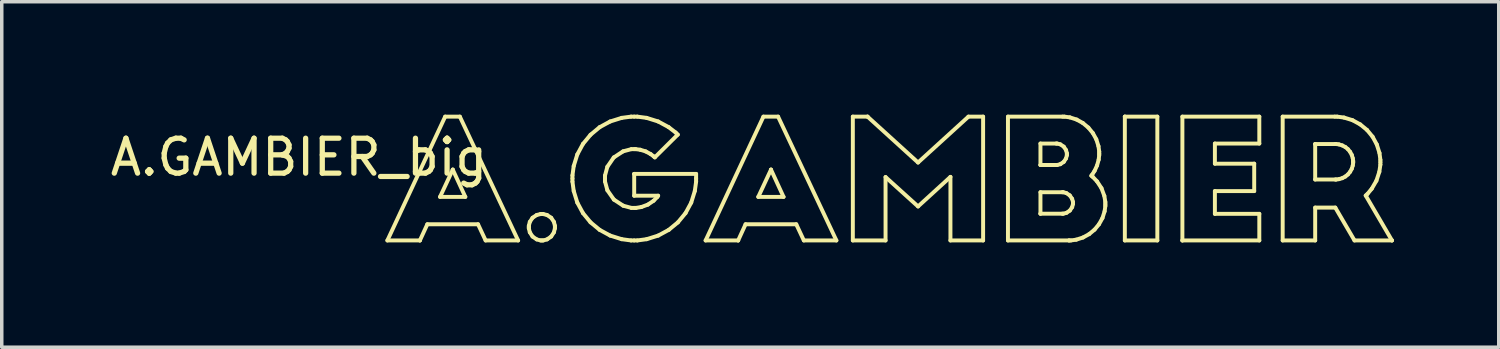
<source format=kicad_pcb>
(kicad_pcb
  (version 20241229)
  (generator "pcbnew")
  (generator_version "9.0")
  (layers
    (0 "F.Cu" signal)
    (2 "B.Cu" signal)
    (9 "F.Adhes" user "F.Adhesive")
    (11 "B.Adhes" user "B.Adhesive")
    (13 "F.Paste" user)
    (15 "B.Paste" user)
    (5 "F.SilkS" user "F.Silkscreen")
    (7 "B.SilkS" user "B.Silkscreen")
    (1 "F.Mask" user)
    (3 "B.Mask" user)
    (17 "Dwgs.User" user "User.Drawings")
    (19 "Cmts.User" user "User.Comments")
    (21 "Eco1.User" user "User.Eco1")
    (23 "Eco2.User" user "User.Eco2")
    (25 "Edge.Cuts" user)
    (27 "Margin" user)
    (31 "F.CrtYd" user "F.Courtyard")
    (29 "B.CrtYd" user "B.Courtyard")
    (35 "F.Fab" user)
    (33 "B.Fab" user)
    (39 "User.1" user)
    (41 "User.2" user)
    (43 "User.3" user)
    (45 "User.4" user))
  (footprint "A.GAMBIER_big"
    (layer "F.Cu")
    (at 8.006 0.25)
    (property "Reference" "A.GAMBIER_big" (at -2.5 1.2 0) (layer "F.SilkS") (effects (font (size 1 1) (thickness 0.15))))
    (attr through_hole)
    (fp_line (start 0.03 3.581) (end 0.96 3.581) (stroke (width 0.113) (type solid)) (layer "F.SilkS"))
    (fp_line (start 0.96 3.581) (end 0.96 3.581) (stroke (width 0.113) (type solid)) (layer "F.SilkS"))
    (fp_line (start 0.96 3.581) (end 1.173 3.118) (stroke (width 0.113) (type solid)) (layer "F.SilkS"))
    (fp_line (start 1.173 3.118) (end 2.624 3.118) (stroke (width 0.113) (type solid)) (layer "F.SilkS"))
    (fp_line (start 1.537 2.334) (end 1.901 1.554) (stroke (width 0.113) (type solid)) (layer "F.SilkS"))
    (fp_line (start 1.683 0.038) (end 0.03 3.581) (stroke (width 0.113) (type solid)) (layer "F.SilkS"))
    (fp_line (start 1.901 1.554) (end 1.901 1.554) (stroke (width 0.113) (type solid)) (layer "F.SilkS"))
    (fp_line (start 1.901 1.554) (end 2.26 2.334) (stroke (width 0.113) (type solid)) (layer "F.SilkS"))
    (fp_line (start 2.104 0.038) (end 1.683 0.038) (stroke (width 0.113) (type solid)) (layer "F.SilkS"))
    (fp_line (start 2.26 2.334) (end 1.537 2.334) (stroke (width 0.113) (type solid)) (layer "F.SilkS"))
    (fp_line (start 2.624 3.118) (end 2.841 3.581) (stroke (width 0.113) (type solid)) (layer "F.SilkS"))
    (fp_line (start 2.841 3.581) (end 3.771 3.581) (stroke (width 0.113) (type solid)) (layer "F.SilkS"))
    (fp_line (start 3.771 3.581) (end 2.104 0.038) (stroke (width 0.113) (type solid)) (layer "F.SilkS"))
    (fp_line (start 4.078 3.161) (end 4.078 3.198) (stroke (width 0.113) (type solid)) (layer "F.SilkS"))
    (fp_line (start 4.078 3.198) (end 4.078 3.198) (stroke (width 0.113) (type solid)) (layer "F.SilkS"))
    (fp_line (start 4.078 3.198) (end 4.078 3.235) (stroke (width 0.113) (type solid)) (layer "F.SilkS"))
    (fp_line (start 4.078 3.235) (end 4.106 3.348) (stroke (width 0.113) (type solid)) (layer "F.SilkS"))
    (fp_line (start 4.106 3.05) (end 4.078 3.161) (stroke (width 0.113) (type solid)) (layer "F.SilkS"))
    (fp_line (start 4.106 3.348) (end 4.184 3.469) (stroke (width 0.113) (type solid)) (layer "F.SilkS"))
    (fp_line (start 4.184 2.932) (end 4.106 3.05) (stroke (width 0.113) (type solid)) (layer "F.SilkS"))
    (fp_line (start 4.184 3.469) (end 4.303 3.551) (stroke (width 0.113) (type solid)) (layer "F.SilkS"))
    (fp_line (start 4.303 2.853) (end 4.184 2.932) (stroke (width 0.113) (type solid)) (layer "F.SilkS"))
    (fp_line (start 4.303 3.551) (end 4.414 3.581) (stroke (width 0.113) (type solid)) (layer "F.SilkS"))
    (fp_line (start 4.414 2.825) (end 4.303 2.853) (stroke (width 0.113) (type solid)) (layer "F.SilkS"))
    (fp_line (start 4.414 3.581) (end 4.451 3.581) (stroke (width 0.113) (type solid)) (layer "F.SilkS"))
    (fp_line (start 4.451 2.825) (end 4.414 2.825) (stroke (width 0.113) (type solid)) (layer "F.SilkS"))
    (fp_line (start 4.451 3.581) (end 4.488 3.581) (stroke (width 0.113) (type solid)) (layer "F.SilkS"))
    (fp_line (start 4.488 2.825) (end 4.451 2.825) (stroke (width 0.113) (type solid)) (layer "F.SilkS"))
    (fp_line (start 4.488 3.581) (end 4.599 3.551) (stroke (width 0.113) (type solid)) (layer "F.SilkS"))
    (fp_line (start 4.599 2.853) (end 4.488 2.825) (stroke (width 0.113) (type solid)) (layer "F.SilkS"))
    (fp_line (start 4.599 3.551) (end 4.717 3.469) (stroke (width 0.113) (type solid)) (layer "F.SilkS"))
    (fp_line (start 4.717 2.932) (end 4.599 2.853) (stroke (width 0.113) (type solid)) (layer "F.SilkS"))
    (fp_line (start 4.717 3.469) (end 4.796 3.348) (stroke (width 0.113) (type solid)) (layer "F.SilkS"))
    (fp_line (start 4.796 3.05) (end 4.717 2.932) (stroke (width 0.113) (type solid)) (layer "F.SilkS"))
    (fp_line (start 4.796 3.348) (end 4.824 3.235) (stroke (width 0.113) (type solid)) (layer "F.SilkS"))
    (fp_line (start 4.824 3.161) (end 4.796 3.05) (stroke (width 0.113) (type solid)) (layer "F.SilkS"))
    (fp_line (start 4.824 3.198) (end 4.824 3.161) (stroke (width 0.113) (type solid)) (layer "F.SilkS"))
    (fp_line (start 4.824 3.235) (end 4.824 3.198) (stroke (width 0.113) (type solid)) (layer "F.SilkS"))
    (fp_line (start 5.326 1.72) (end 5.326 1.809) (stroke (width 0.113) (type solid)) (layer "F.SilkS"))
    (fp_line (start 5.326 1.809) (end 5.326 1.898) (stroke (width 0.113) (type solid)) (layer "F.SilkS"))
    (fp_line (start 5.326 1.898) (end 5.362 2.166) (stroke (width 0.113) (type solid)) (layer "F.SilkS"))
    (fp_line (start 5.362 1.452) (end 5.326 1.72) (stroke (width 0.113) (type solid)) (layer "F.SilkS"))
    (fp_line (start 5.362 2.166) (end 5.465 2.498) (stroke (width 0.113) (type solid)) (layer "F.SilkS"))
    (fp_line (start 5.465 1.12) (end 5.362 1.452) (stroke (width 0.113) (type solid)) (layer "F.SilkS"))
    (fp_line (start 5.465 2.498) (end 5.627 2.799) (stroke (width 0.113) (type solid)) (layer "F.SilkS"))
    (fp_line (start 5.627 0.819) (end 5.465 1.12) (stroke (width 0.113) (type solid)) (layer "F.SilkS"))
    (fp_line (start 5.627 2.799) (end 5.843 3.062) (stroke (width 0.113) (type solid)) (layer "F.SilkS"))
    (fp_line (start 5.843 0.557) (end 5.627 0.819) (stroke (width 0.113) (type solid)) (layer "F.SilkS"))
    (fp_line (start 5.843 3.062) (end 6.104 3.278) (stroke (width 0.113) (type solid)) (layer "F.SilkS"))
    (fp_line (start 6.104 0.34) (end 5.843 0.557) (stroke (width 0.113) (type solid)) (layer "F.SilkS"))
    (fp_line (start 6.104 3.278) (end 6.404 3.441) (stroke (width 0.113) (type solid)) (layer "F.SilkS"))
    (fp_line (start 6.257 1.725) (end 6.325 1.472) (stroke (width 0.113) (type solid)) (layer "F.SilkS"))
    (fp_line (start 6.257 1.809) (end 6.257 1.725) (stroke (width 0.113) (type solid)) (layer "F.SilkS"))
    (fp_line (start 6.257 1.893) (end 6.257 1.809) (stroke (width 0.113) (type solid)) (layer "F.SilkS"))
    (fp_line (start 6.325 1.472) (end 6.508 1.206) (stroke (width 0.113) (type solid)) (layer "F.SilkS"))
    (fp_line (start 6.326 2.146) (end 6.257 1.893) (stroke (width 0.113) (type solid)) (layer "F.SilkS"))
    (fp_line (start 6.404 0.177) (end 6.104 0.34) (stroke (width 0.113) (type solid)) (layer "F.SilkS"))
    (fp_line (start 6.404 3.441) (end 6.736 3.545) (stroke (width 0.113) (type solid)) (layer "F.SilkS"))
    (fp_line (start 6.508 1.206) (end 6.775 1.031) (stroke (width 0.113) (type solid)) (layer "F.SilkS"))
    (fp_line (start 6.512 2.412) (end 6.326 2.146) (stroke (width 0.113) (type solid)) (layer "F.SilkS"))
    (fp_line (start 6.736 0.073) (end 6.404 0.177) (stroke (width 0.113) (type solid)) (layer "F.SilkS"))
    (fp_line (start 6.736 3.545) (end 7.004 3.581) (stroke (width 0.113) (type solid)) (layer "F.SilkS"))
    (fp_line (start 6.775 1.031) (end 7.013 0.968) (stroke (width 0.113) (type solid)) (layer "F.SilkS"))
    (fp_line (start 6.779 2.587) (end 6.512 2.412) (stroke (width 0.113) (type solid)) (layer "F.SilkS"))
    (fp_line (start 7.004 0.038) (end 6.736 0.073) (stroke (width 0.113) (type solid)) (layer "F.SilkS"))
    (fp_line (start 7.004 3.581) (end 7.093 3.581) (stroke (width 0.113) (type solid)) (layer "F.SilkS"))
    (fp_line (start 7.013 0.968) (end 7.093 0.968) (stroke (width 0.113) (type solid)) (layer "F.SilkS"))
    (fp_line (start 7.014 2.65) (end 6.779 2.587) (stroke (width 0.113) (type solid)) (layer "F.SilkS"))
    (fp_line (start 7.093 0.038) (end 7.004 0.038) (stroke (width 0.113) (type solid)) (layer "F.SilkS"))
    (fp_line (start 7.093 0.968) (end 7.136 0.968) (stroke (width 0.113) (type solid)) (layer "F.SilkS"))
    (fp_line (start 7.093 1.677) (end 7.093 1.677) (stroke (width 0.113) (type solid)) (layer "F.SilkS"))
    (fp_line (start 7.093 1.677) (end 7.093 2.301) (stroke (width 0.113) (type solid)) (layer "F.SilkS"))
    (fp_line (start 7.093 2.301) (end 7.778 2.301) (stroke (width 0.113) (type solid)) (layer "F.SilkS"))
    (fp_line (start 7.093 2.65) (end 7.014 2.65) (stroke (width 0.113) (type solid)) (layer "F.SilkS"))
    (fp_line (start 7.093 3.581) (end 7.182 3.581) (stroke (width 0.113) (type solid)) (layer "F.SilkS"))
    (fp_line (start 7.136 0.968) (end 7.265 0.985) (stroke (width 0.113) (type solid)) (layer "F.SilkS"))
    (fp_line (start 7.144 2.65) (end 7.093 2.65) (stroke (width 0.113) (type solid)) (layer "F.SilkS"))
    (fp_line (start 7.182 0.038) (end 7.093 0.038) (stroke (width 0.113) (type solid)) (layer "F.SilkS"))
    (fp_line (start 7.182 3.581) (end 7.45 3.545) (stroke (width 0.113) (type solid)) (layer "F.SilkS"))
    (fp_line (start 7.265 0.985) (end 7.422 1.033) (stroke (width 0.113) (type solid)) (layer "F.SilkS"))
    (fp_line (start 7.297 2.625) (end 7.144 2.65) (stroke (width 0.113) (type solid)) (layer "F.SilkS"))
    (fp_line (start 7.422 1.033) (end 7.561 1.108) (stroke (width 0.113) (type solid)) (layer "F.SilkS"))
    (fp_line (start 7.448 0.073) (end 7.182 0.038) (stroke (width 0.113) (type solid)) (layer "F.SilkS"))
    (fp_line (start 7.45 3.545) (end 7.782 3.441) (stroke (width 0.113) (type solid)) (layer "F.SilkS"))
    (fp_line (start 7.485 2.555) (end 7.297 2.625) (stroke (width 0.113) (type solid)) (layer "F.SilkS"))
    (fp_line (start 7.561 1.108) (end 7.655 1.178) (stroke (width 0.113) (type solid)) (layer "F.SilkS"))
    (fp_line (start 7.648 2.445) (end 7.485 2.555) (stroke (width 0.113) (type solid)) (layer "F.SilkS"))
    (fp_line (start 7.655 1.178) (end 7.683 1.204) (stroke (width 0.113) (type solid)) (layer "F.SilkS"))
    (fp_line (start 7.683 1.204) (end 8.34 0.552) (stroke (width 0.113) (type solid)) (layer "F.SilkS"))
    (fp_line (start 7.751 2.34) (end 7.648 2.445) (stroke (width 0.113) (type solid)) (layer "F.SilkS"))
    (fp_line (start 7.778 2.301) (end 7.751 2.34) (stroke (width 0.113) (type solid)) (layer "F.SilkS"))
    (fp_line (start 7.778 0.176) (end 7.448 0.073) (stroke (width 0.113) (type solid)) (layer "F.SilkS"))
    (fp_line (start 7.782 3.441) (end 8.083 3.278) (stroke (width 0.113) (type solid)) (layer "F.SilkS"))
    (fp_line (start 8.078 0.338) (end 7.778 0.176) (stroke (width 0.113) (type solid)) (layer "F.SilkS"))
    (fp_line (start 8.083 3.278) (end 8.345 3.062) (stroke (width 0.113) (type solid)) (layer "F.SilkS"))
    (fp_line (start 8.28 0.493) (end 8.078 0.338) (stroke (width 0.113) (type solid)) (layer "F.SilkS"))
    (fp_line (start 8.34 0.552) (end 8.28 0.493) (stroke (width 0.113) (type solid)) (layer "F.SilkS"))
    (fp_line (start 8.345 3.062) (end 8.562 2.799) (stroke (width 0.113) (type solid)) (layer "F.SilkS"))
    (fp_line (start 8.562 2.799) (end 8.725 2.498) (stroke (width 0.113) (type solid)) (layer "F.SilkS"))
    (fp_line (start 8.725 2.498) (end 8.828 2.166) (stroke (width 0.113) (type solid)) (layer "F.SilkS"))
    (fp_line (start 8.828 2.166) (end 8.865 1.898) (stroke (width 0.113) (type solid)) (layer "F.SilkS"))
    (fp_line (start 8.865 1.677) (end 7.093 1.677) (stroke (width 0.113) (type solid)) (layer "F.SilkS"))
    (fp_line (start 8.865 1.809) (end 8.865 1.677) (stroke (width 0.113) (type solid)) (layer "F.SilkS"))
    (fp_line (start 8.865 1.898) (end 8.865 1.809) (stroke (width 0.113) (type solid)) (layer "F.SilkS"))
    (fp_line (start 9.137 3.581) (end 10.068 3.581) (stroke (width 0.113) (type solid)) (layer "F.SilkS"))
    (fp_line (start 10.068 3.581) (end 10.068 3.581) (stroke (width 0.113) (type solid)) (layer "F.SilkS"))
    (fp_line (start 10.068 3.581) (end 10.28 3.118) (stroke (width 0.113) (type solid)) (layer "F.SilkS"))
    (fp_line (start 10.28 3.118) (end 11.731 3.118) (stroke (width 0.113) (type solid)) (layer "F.SilkS"))
    (fp_line (start 10.644 2.334) (end 11.008 1.554) (stroke (width 0.113) (type solid)) (layer "F.SilkS"))
    (fp_line (start 10.791 0.038) (end 9.137 3.581) (stroke (width 0.113) (type solid)) (layer "F.SilkS"))
    (fp_line (start 11.008 1.554) (end 11.008 1.554) (stroke (width 0.113) (type solid)) (layer "F.SilkS"))
    (fp_line (start 11.008 1.554) (end 11.367 2.334) (stroke (width 0.113) (type solid)) (layer "F.SilkS"))
    (fp_line (start 11.211 0.038) (end 10.791 0.038) (stroke (width 0.113) (type solid)) (layer "F.SilkS"))
    (fp_line (start 11.367 2.334) (end 10.644 2.334) (stroke (width 0.113) (type solid)) (layer "F.SilkS"))
    (fp_line (start 11.731 3.118) (end 11.948 3.581) (stroke (width 0.113) (type solid)) (layer "F.SilkS"))
    (fp_line (start 11.948 3.581) (end 12.879 3.581) (stroke (width 0.113) (type solid)) (layer "F.SilkS"))
    (fp_line (start 12.879 3.581) (end 11.211 0.038) (stroke (width 0.113) (type solid)) (layer "F.SilkS"))
    (fp_line (start 13.35 0.038) (end 13.35 3.581) (stroke (width 0.113) (type solid)) (layer "F.SilkS"))
    (fp_line (start 13.35 3.581) (end 14.286 3.581) (stroke (width 0.113) (type solid)) (layer "F.SilkS"))
    (fp_line (start 13.771 0.038) (end 13.35 0.038) (stroke (width 0.113) (type solid)) (layer "F.SilkS"))
    (fp_line (start 13.771 0.038) (end 13.771 0.038) (stroke (width 0.113) (type solid)) (layer "F.SilkS"))
    (fp_line (start 14.286 1.767) (end 15.216 2.608) (stroke (width 0.113) (type solid)) (layer "F.SilkS"))
    (fp_line (start 14.286 3.581) (end 14.286 1.767) (stroke (width 0.113) (type solid)) (layer "F.SilkS"))
    (fp_line (start 15.216 1.351) (end 13.771 0.038) (stroke (width 0.113) (type solid)) (layer "F.SilkS"))
    (fp_line (start 15.216 2.608) (end 16.143 1.762) (stroke (width 0.113) (type solid)) (layer "F.SilkS"))
    (fp_line (start 16.143 1.762) (end 16.143 3.581) (stroke (width 0.113) (type solid)) (layer "F.SilkS"))
    (fp_line (start 16.143 3.581) (end 17.078 3.581) (stroke (width 0.113) (type solid)) (layer "F.SilkS"))
    (fp_line (start 16.658 0.038) (end 15.216 1.351) (stroke (width 0.113) (type solid)) (layer "F.SilkS"))
    (fp_line (start 17.078 0.038) (end 16.658 0.038) (stroke (width 0.113) (type solid)) (layer "F.SilkS"))
    (fp_line (start 17.078 3.581) (end 17.078 0.038) (stroke (width 0.113) (type solid)) (layer "F.SilkS"))
    (fp_line (start 17.789 0.038) (end 17.789 3.581) (stroke (width 0.113) (type solid)) (layer "F.SilkS"))
    (fp_line (start 17.789 3.581) (end 19.537 3.581) (stroke (width 0.113) (type solid)) (layer "F.SilkS"))
    (fp_line (start 18.719 0.808) (end 19.168 0.808) (stroke (width 0.113) (type solid)) (layer "F.SilkS"))
    (fp_line (start 18.719 1.422) (end 18.719 0.808) (stroke (width 0.113) (type solid)) (layer "F.SilkS"))
    (fp_line (start 18.719 1.422) (end 18.719 1.422) (stroke (width 0.113) (type solid)) (layer "F.SilkS"))
    (fp_line (start 18.719 2.201) (end 19.343 2.201) (stroke (width 0.113) (type solid)) (layer "F.SilkS"))
    (fp_line (start 18.719 2.815) (end 18.719 2.201) (stroke (width 0.113) (type solid)) (layer "F.SilkS"))
    (fp_line (start 18.719 2.815) (end 18.719 2.815) (stroke (width 0.113) (type solid)) (layer "F.SilkS"))
    (fp_line (start 19.168 0.808) (end 19.198 0.808) (stroke (width 0.113) (type solid)) (layer "F.SilkS"))
    (fp_line (start 19.168 1.422) (end 18.719 1.422) (stroke (width 0.113) (type solid)) (layer "F.SilkS"))
    (fp_line (start 19.198 0.808) (end 19.288 0.831) (stroke (width 0.113) (type solid)) (layer "F.SilkS"))
    (fp_line (start 19.198 1.422) (end 19.168 1.422) (stroke (width 0.113) (type solid)) (layer "F.SilkS"))
    (fp_line (start 19.288 0.831) (end 19.386 0.897) (stroke (width 0.113) (type solid)) (layer "F.SilkS"))
    (fp_line (start 19.288 1.398) (end 19.198 1.422) (stroke (width 0.113) (type solid)) (layer "F.SilkS"))
    (fp_line (start 19.343 2.201) (end 19.372 2.201) (stroke (width 0.113) (type solid)) (layer "F.SilkS"))
    (fp_line (start 19.343 2.815) (end 18.719 2.815) (stroke (width 0.113) (type solid)) (layer "F.SilkS"))
    (fp_line (start 19.353 0.038) (end 17.789 0.038) (stroke (width 0.113) (type solid)) (layer "F.SilkS"))
    (fp_line (start 19.372 2.201) (end 19.459 2.225) (stroke (width 0.113) (type solid)) (layer "F.SilkS"))
    (fp_line (start 19.373 2.815) (end 19.343 2.815) (stroke (width 0.113) (type solid)) (layer "F.SilkS"))
    (fp_line (start 19.386 0.897) (end 19.451 0.995) (stroke (width 0.113) (type solid)) (layer "F.SilkS"))
    (fp_line (start 19.386 1.332) (end 19.288 1.398) (stroke (width 0.113) (type solid)) (layer "F.SilkS"))
    (fp_line (start 19.404 0.038) (end 19.353 0.038) (stroke (width 0.113) (type solid)) (layer "F.SilkS"))
    (fp_line (start 19.451 0.995) (end 19.475 1.085) (stroke (width 0.113) (type solid)) (layer "F.SilkS"))
    (fp_line (start 19.451 1.234) (end 19.386 1.332) (stroke (width 0.113) (type solid)) (layer "F.SilkS"))
    (fp_line (start 19.459 2.225) (end 19.557 2.291) (stroke (width 0.113) (type solid)) (layer "F.SilkS"))
    (fp_line (start 19.463 2.791) (end 19.373 2.815) (stroke (width 0.113) (type solid)) (layer "F.SilkS"))
    (fp_line (start 19.475 1.085) (end 19.475 1.115) (stroke (width 0.113) (type solid)) (layer "F.SilkS"))
    (fp_line (start 19.475 1.115) (end 19.475 1.144) (stroke (width 0.113) (type solid)) (layer "F.SilkS"))
    (fp_line (start 19.475 1.144) (end 19.451 1.234) (stroke (width 0.113) (type solid)) (layer "F.SilkS"))
    (fp_line (start 19.537 3.581) (end 19.537 3.581) (stroke (width 0.113) (type solid)) (layer "F.SilkS"))
    (fp_line (start 19.537 3.581) (end 19.588 3.581) (stroke (width 0.113) (type solid)) (layer "F.SilkS"))
    (fp_line (start 19.557 2.291) (end 19.625 2.389) (stroke (width 0.113) (type solid)) (layer "F.SilkS"))
    (fp_line (start 19.56 0.059) (end 19.404 0.038) (stroke (width 0.113) (type solid)) (layer "F.SilkS"))
    (fp_line (start 19.56 2.726) (end 19.463 2.791) (stroke (width 0.113) (type solid)) (layer "F.SilkS"))
    (fp_line (start 19.588 3.581) (end 19.743 3.559) (stroke (width 0.113) (type solid)) (layer "F.SilkS"))
    (fp_line (start 19.625 2.389) (end 19.65 2.478) (stroke (width 0.113) (type solid)) (layer "F.SilkS"))
    (fp_line (start 19.626 2.628) (end 19.56 2.726) (stroke (width 0.113) (type solid)) (layer "F.SilkS"))
    (fp_line (start 19.65 2.478) (end 19.65 2.508) (stroke (width 0.113) (type solid)) (layer "F.SilkS"))
    (fp_line (start 19.65 2.508) (end 19.65 2.538) (stroke (width 0.113) (type solid)) (layer "F.SilkS"))
    (fp_line (start 19.65 2.538) (end 19.626 2.628) (stroke (width 0.113) (type solid)) (layer "F.SilkS"))
    (fp_line (start 19.743 3.559) (end 19.936 3.497) (stroke (width 0.113) (type solid)) (layer "F.SilkS"))
    (fp_line (start 19.756 0.122) (end 19.56 0.059) (stroke (width 0.113) (type solid)) (layer "F.SilkS"))
    (fp_line (start 19.933 0.221) (end 19.756 0.122) (stroke (width 0.113) (type solid)) (layer "F.SilkS"))
    (fp_line (start 19.936 3.497) (end 20.113 3.4) (stroke (width 0.113) (type solid)) (layer "F.SilkS"))
    (fp_line (start 20.09 0.352) (end 19.933 0.221) (stroke (width 0.113) (type solid)) (layer "F.SilkS"))
    (fp_line (start 20.113 3.4) (end 20.267 3.272) (stroke (width 0.113) (type solid)) (layer "F.SilkS"))
    (fp_line (start 20.175 1.729) (end 20.2 1.696) (stroke (width 0.113) (type solid)) (layer "F.SilkS"))
    (fp_line (start 20.2 1.696) (end 20.268 1.589) (stroke (width 0.113) (type solid)) (layer "F.SilkS"))
    (fp_line (start 20.219 0.509) (end 20.09 0.352) (stroke (width 0.113) (type solid)) (layer "F.SilkS"))
    (fp_line (start 20.219 1.765) (end 20.175 1.729) (stroke (width 0.113) (type solid)) (layer "F.SilkS"))
    (fp_line (start 20.267 3.272) (end 20.395 3.117) (stroke (width 0.113) (type solid)) (layer "F.SilkS"))
    (fp_line (start 20.268 1.589) (end 20.339 1.435) (stroke (width 0.113) (type solid)) (layer "F.SilkS"))
    (fp_line (start 20.317 0.687) (end 20.219 0.509) (stroke (width 0.113) (type solid)) (layer "F.SilkS"))
    (fp_line (start 20.339 1.892) (end 20.219 1.765) (stroke (width 0.113) (type solid)) (layer "F.SilkS"))
    (fp_line (start 20.339 1.435) (end 20.385 1.268) (stroke (width 0.113) (type solid)) (layer "F.SilkS"))
    (fp_line (start 20.379 0.883) (end 20.317 0.687) (stroke (width 0.113) (type solid)) (layer "F.SilkS"))
    (fp_line (start 20.385 1.268) (end 20.401 1.135) (stroke (width 0.113) (type solid)) (layer "F.SilkS"))
    (fp_line (start 20.395 3.117) (end 20.493 2.941) (stroke (width 0.113) (type solid)) (layer "F.SilkS"))
    (fp_line (start 20.401 1.039) (end 20.379 0.883) (stroke (width 0.113) (type solid)) (layer "F.SilkS"))
    (fp_line (start 20.401 1.091) (end 20.401 1.039) (stroke (width 0.113) (type solid)) (layer "F.SilkS"))
    (fp_line (start 20.401 1.135) (end 20.401 1.091) (stroke (width 0.113) (type solid)) (layer "F.SilkS"))
    (fp_line (start 20.466 2.087) (end 20.339 1.892) (stroke (width 0.113) (type solid)) (layer "F.SilkS"))
    (fp_line (start 20.493 2.941) (end 20.555 2.747) (stroke (width 0.113) (type solid)) (layer "F.SilkS"))
    (fp_line (start 20.547 2.306) (end 20.466 2.087) (stroke (width 0.113) (type solid)) (layer "F.SilkS"))
    (fp_line (start 20.555 2.747) (end 20.576 2.593) (stroke (width 0.113) (type solid)) (layer "F.SilkS"))
    (fp_line (start 20.576 2.482) (end 20.547 2.306) (stroke (width 0.113) (type solid)) (layer "F.SilkS"))
    (fp_line (start 20.576 2.541) (end 20.576 2.482) (stroke (width 0.113) (type solid)) (layer "F.SilkS"))
    (fp_line (start 20.576 2.593) (end 20.576 2.541) (stroke (width 0.113) (type solid)) (layer "F.SilkS"))
    (fp_line (start 21.134 0.038) (end 21.134 0.038) (stroke (width 0.113) (type solid)) (layer "F.SilkS"))
    (fp_line (start 21.134 0.038) (end 22.064 0.038) (stroke (width 0.113) (type solid)) (layer "F.SilkS"))
    (fp_line (start 21.134 3.581) (end 21.134 0.038) (stroke (width 0.113) (type solid)) (layer "F.SilkS"))
    (fp_line (start 22.064 0.038) (end 22.064 3.581) (stroke (width 0.113) (type solid)) (layer "F.SilkS"))
    (fp_line (start 22.064 3.581) (end 21.134 3.581) (stroke (width 0.113) (type solid)) (layer "F.SilkS"))
    (fp_line (start 22.781 0.038) (end 22.781 3.581) (stroke (width 0.113) (type solid)) (layer "F.SilkS"))
    (fp_line (start 22.781 3.581) (end 22.781 3.581) (stroke (width 0.113) (type solid)) (layer "F.SilkS"))
    (fp_line (start 22.781 3.581) (end 24.982 3.581) (stroke (width 0.113) (type solid)) (layer "F.SilkS"))
    (fp_line (start 23.711 0.808) (end 24.982 0.808) (stroke (width 0.113) (type solid)) (layer "F.SilkS"))
    (fp_line (start 23.711 1.384) (end 23.711 0.808) (stroke (width 0.113) (type solid)) (layer "F.SilkS"))
    (fp_line (start 23.711 2.168) (end 24.836 2.168) (stroke (width 0.113) (type solid)) (layer "F.SilkS"))
    (fp_line (start 23.711 2.82) (end 23.711 2.168) (stroke (width 0.113) (type solid)) (layer "F.SilkS"))
    (fp_line (start 24.836 1.384) (end 23.711 1.384) (stroke (width 0.113) (type solid)) (layer "F.SilkS"))
    (fp_line (start 24.836 2.168) (end 24.836 1.384) (stroke (width 0.113) (type solid)) (layer "F.SilkS"))
    (fp_line (start 24.982 0.038) (end 22.781 0.038) (stroke (width 0.113) (type solid)) (layer "F.SilkS"))
    (fp_line (start 24.982 0.808) (end 24.982 0.038) (stroke (width 0.113) (type solid)) (layer "F.SilkS"))
    (fp_line (start 24.982 2.82) (end 23.711 2.82) (stroke (width 0.113) (type solid)) (layer "F.SilkS"))
    (fp_line (start 24.982 3.581) (end 24.982 2.82) (stroke (width 0.113) (type solid)) (layer "F.SilkS"))
    (fp_line (start 25.651 0.038) (end 25.651 3.581) (stroke (width 0.113) (type solid)) (layer "F.SilkS"))
    (fp_line (start 25.651 3.581) (end 26.581 3.581) (stroke (width 0.113) (type solid)) (layer "F.SilkS"))
    (fp_line (start 26.581 0.822) (end 26.581 0.822) (stroke (width 0.113) (type solid)) (layer "F.SilkS"))
    (fp_line (start 26.581 0.822) (end 27.157 0.822) (stroke (width 0.113) (type solid)) (layer "F.SilkS"))
    (fp_line (start 26.581 1.837) (end 26.581 0.822) (stroke (width 0.113) (type solid)) (layer "F.SilkS"))
    (fp_line (start 26.581 2.641) (end 27.157 2.641) (stroke (width 0.113) (type solid)) (layer "F.SilkS"))
    (fp_line (start 26.581 3.581) (end 26.581 2.641) (stroke (width 0.113) (type solid)) (layer "F.SilkS"))
    (fp_line (start 27.143 0.038) (end 25.651 0.038) (stroke (width 0.113) (type solid)) (layer "F.SilkS"))
    (fp_line (start 27.157 0.822) (end 27.183 0.822) (stroke (width 0.113) (type solid)) (layer "F.SilkS"))
    (fp_line (start 27.157 1.837) (end 26.581 1.837) (stroke (width 0.113) (type solid)) (layer "F.SilkS"))
    (fp_line (start 27.157 2.641) (end 27.706 3.581) (stroke (width 0.113) (type solid)) (layer "F.SilkS"))
    (fp_line (start 27.183 0.822) (end 27.261 0.832) (stroke (width 0.113) (type solid)) (layer "F.SilkS"))
    (fp_line (start 27.183 1.837) (end 27.157 1.837) (stroke (width 0.113) (type solid)) (layer "F.SilkS"))
    (fp_line (start 27.209 0.038) (end 27.143 0.038) (stroke (width 0.113) (type solid)) (layer "F.SilkS"))
    (fp_line (start 27.261 0.832) (end 27.357 0.862) (stroke (width 0.113) (type solid)) (layer "F.SilkS"))
    (fp_line (start 27.261 1.827) (end 27.183 1.837) (stroke (width 0.113) (type solid)) (layer "F.SilkS"))
    (fp_line (start 27.357 0.862) (end 27.444 0.908) (stroke (width 0.113) (type solid)) (layer "F.SilkS"))
    (fp_line (start 27.357 1.798) (end 27.261 1.827) (stroke (width 0.113) (type solid)) (layer "F.SilkS"))
    (fp_line (start 27.405 0.064) (end 27.209 0.038) (stroke (width 0.113) (type solid)) (layer "F.SilkS"))
    (fp_line (start 27.444 0.908) (end 27.519 0.97) (stroke (width 0.113) (type solid)) (layer "F.SilkS"))
    (fp_line (start 27.444 1.752) (end 27.357 1.798) (stroke (width 0.113) (type solid)) (layer "F.SilkS"))
    (fp_line (start 27.519 0.97) (end 27.581 1.046) (stroke (width 0.113) (type solid)) (layer "F.SilkS"))
    (fp_line (start 27.519 1.691) (end 27.444 1.752) (stroke (width 0.113) (type solid)) (layer "F.SilkS"))
    (fp_line (start 27.581 1.046) (end 27.628 1.133) (stroke (width 0.113) (type solid)) (layer "F.SilkS"))
    (fp_line (start 27.581 1.616) (end 27.519 1.691) (stroke (width 0.113) (type solid)) (layer "F.SilkS"))
    (fp_line (start 27.628 1.133) (end 27.657 1.229) (stroke (width 0.113) (type solid)) (layer "F.SilkS"))
    (fp_line (start 27.628 1.53) (end 27.581 1.616) (stroke (width 0.113) (type solid)) (layer "F.SilkS"))
    (fp_line (start 27.65 0.14) (end 27.405 0.064) (stroke (width 0.113) (type solid)) (layer "F.SilkS"))
    (fp_line (start 27.657 1.229) (end 27.668 1.306) (stroke (width 0.113) (type solid)) (layer "F.SilkS"))
    (fp_line (start 27.657 1.435) (end 27.628 1.53) (stroke (width 0.113) (type solid)) (layer "F.SilkS"))
    (fp_line (start 27.668 1.306) (end 27.668 1.332) (stroke (width 0.113) (type solid)) (layer "F.SilkS"))
    (fp_line (start 27.668 1.332) (end 27.668 1.358) (stroke (width 0.113) (type solid)) (layer "F.SilkS"))
    (fp_line (start 27.668 1.358) (end 27.657 1.435) (stroke (width 0.113) (type solid)) (layer "F.SilkS"))
    (fp_line (start 27.706 3.581) (end 28.778 3.581) (stroke (width 0.113) (type solid)) (layer "F.SilkS"))
    (fp_line (start 27.871 0.261) (end 27.65 0.14) (stroke (width 0.113) (type solid)) (layer "F.SilkS"))
    (fp_line (start 28.027 2.296) (end 28.075 2.252) (stroke (width 0.113) (type solid)) (layer "F.SilkS"))
    (fp_line (start 28.065 0.42) (end 27.871 0.261) (stroke (width 0.113) (type solid)) (layer "F.SilkS"))
    (fp_line (start 28.075 2.252) (end 28.2 2.1) (stroke (width 0.113) (type solid)) (layer "F.SilkS"))
    (fp_line (start 28.2 2.1) (end 28.333 1.872) (stroke (width 0.113) (type solid)) (layer "F.SilkS"))
    (fp_line (start 28.224 0.613) (end 28.065 0.42) (stroke (width 0.113) (type solid)) (layer "F.SilkS"))
    (fp_line (start 28.333 1.872) (end 28.417 1.617) (stroke (width 0.113) (type solid)) (layer "F.SilkS"))
    (fp_line (start 28.344 0.835) (end 28.224 0.613) (stroke (width 0.113) (type solid)) (layer "F.SilkS"))
    (fp_line (start 28.417 1.617) (end 28.447 1.41) (stroke (width 0.113) (type solid)) (layer "F.SilkS"))
    (fp_line (start 28.421 1.079) (end 28.344 0.835) (stroke (width 0.113) (type solid)) (layer "F.SilkS"))
    (fp_line (start 28.447 1.276) (end 28.421 1.079) (stroke (width 0.113) (type solid)) (layer "F.SilkS"))
    (fp_line (start 28.447 1.341) (end 28.447 1.276) (stroke (width 0.113) (type solid)) (layer "F.SilkS"))
    (fp_line (start 28.447 1.41) (end 28.447 1.341) (stroke (width 0.113) (type solid)) (layer "F.SilkS"))
    (fp_line (start 28.778 3.581) (end 28.027 2.296) (stroke (width 0.113) (type solid)) (layer "F.SilkS"))
    (fp_line (start 28.778 3.581) (end 28.778 3.581) (stroke (width 0.113) (type solid)) (layer "F.SilkS")))
  (gr_rect
    (start -3 -3)
    (end 39.84 6.887)
    (stroke (width 0.1) (type default))
    (fill no)
    (layer "Edge.Cuts")))
</source>
